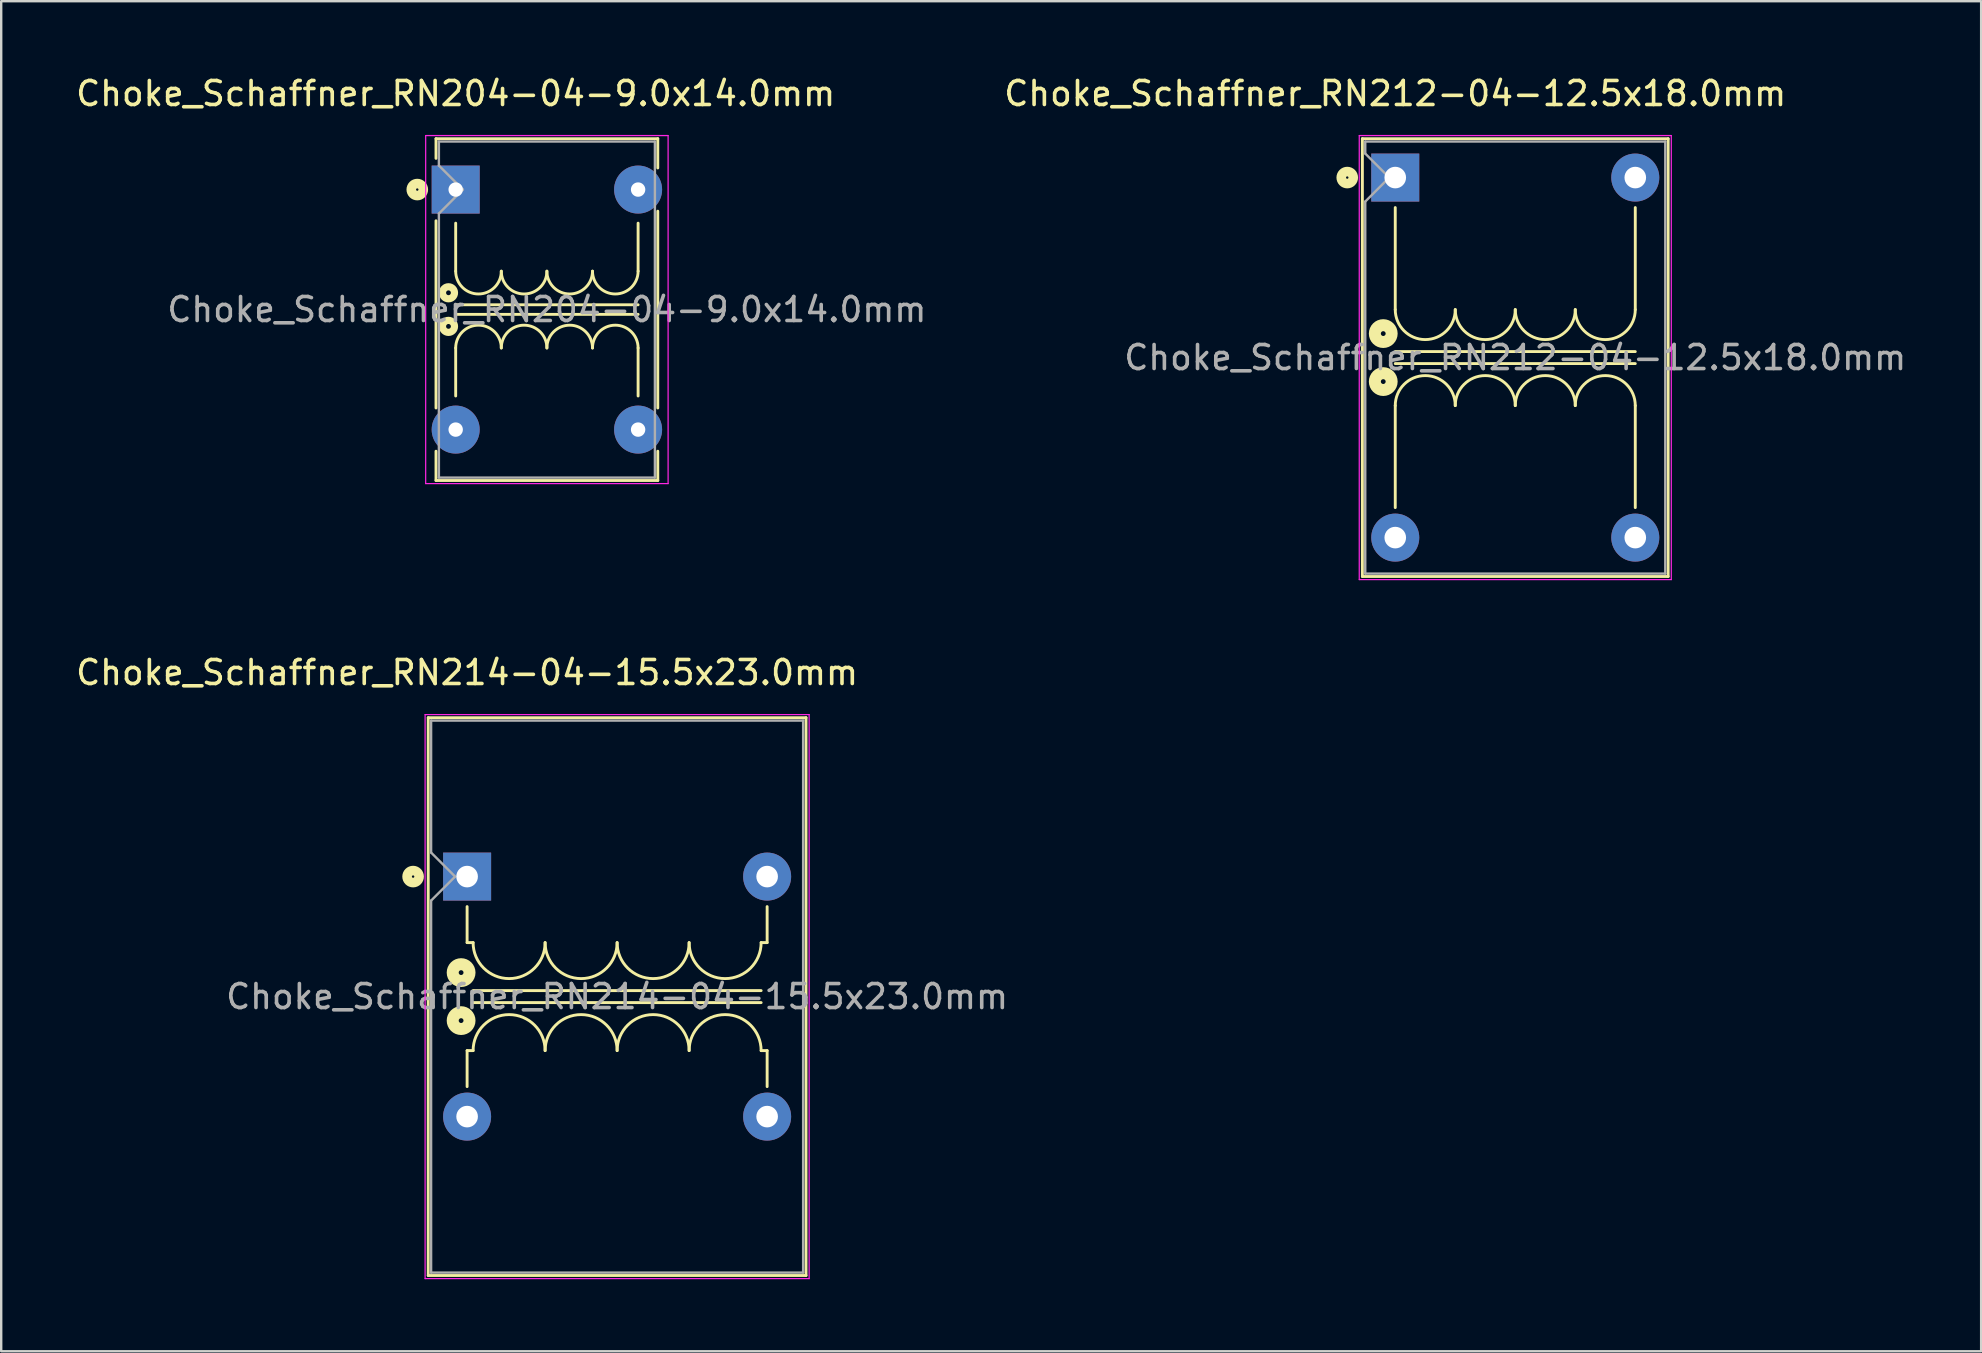
<source format=kicad_pcb>
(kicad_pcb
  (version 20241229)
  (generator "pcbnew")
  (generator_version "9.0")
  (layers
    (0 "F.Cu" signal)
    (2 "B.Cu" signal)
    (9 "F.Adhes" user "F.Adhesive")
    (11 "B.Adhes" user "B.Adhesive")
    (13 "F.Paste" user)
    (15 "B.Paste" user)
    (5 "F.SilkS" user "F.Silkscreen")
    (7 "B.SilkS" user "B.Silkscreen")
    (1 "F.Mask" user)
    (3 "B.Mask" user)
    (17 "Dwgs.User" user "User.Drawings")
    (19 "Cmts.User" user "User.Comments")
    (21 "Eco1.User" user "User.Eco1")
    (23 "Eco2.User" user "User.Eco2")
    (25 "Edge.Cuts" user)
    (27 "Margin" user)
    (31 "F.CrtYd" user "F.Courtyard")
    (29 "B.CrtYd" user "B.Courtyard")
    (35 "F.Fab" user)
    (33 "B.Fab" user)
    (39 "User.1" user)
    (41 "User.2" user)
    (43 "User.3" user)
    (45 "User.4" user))
  (footprint "Choke_Schaffner_RN204-04-9.0x14.0mm"
    (layer "F.Cu")
    (at 15.935 4.848)
    (property "Reference" "Choke_Schaffner_RN204-04-9.0x14.0mm" (at 0 -4 0) (layer "F.SilkS") (effects (font (size 1 1) (thickness 0.15))))
    (attr through_hole)
    (fp_line (start -0.82 -2.12) (end -0.82 -1.3) (stroke (width 0.12) (type solid)) (layer "F.SilkS"))
    (fp_line (start -0.82 -2.12) (end 8.42 -2.12) (stroke (width 0.12) (type solid)) (layer "F.SilkS"))
    (fp_line (start -0.82 1.3) (end -0.82 9.1) (stroke (width 0.12) (type solid)) (layer "F.SilkS"))
    (fp_line (start -0.82 10.9) (end -0.82 12.12) (stroke (width 0.12) (type solid)) (layer "F.SilkS"))
    (fp_line (start 0 1.4) (end 0 3.4) (stroke (width 0.12) (type solid)) (layer "F.SilkS"))
    (fp_line (start 0 5.2) (end 7.6 5.2) (stroke (width 0.12) (type solid)) (layer "F.SilkS"))
    (fp_line (start 0 6.6) (end 0 8.6) (stroke (width 0.12) (type solid)) (layer "F.SilkS"))
    (fp_line (start 7.6 3.4) (end 7.6 1.4) (stroke (width 0.12) (type solid)) (layer "F.SilkS"))
    (fp_line (start 7.6 4.8) (end 0 4.8) (stroke (width 0.12) (type solid)) (layer "F.SilkS"))
    (fp_line (start 7.6 8.6) (end 7.6 6.6) (stroke (width 0.12) (type solid)) (layer "F.SilkS"))
    (fp_line (start 8.42 -2.12) (end 8.42 -0.9) (stroke (width 0.12) (type solid)) (layer "F.SilkS"))
    (fp_line (start 8.42 0.9) (end 8.42 9.1) (stroke (width 0.12) (type solid)) (layer "F.SilkS"))
    (fp_line (start 8.42 10.9) (end 8.42 12.12) (stroke (width 0.12) (type solid)) (layer "F.SilkS"))
    (fp_line (start 8.42 12.12) (end -0.82 12.12) (stroke (width 0.12) (type solid)) (layer "F.SilkS"))
    (fp_arc (start 0 6.6) (mid 0.95 5.65) (end 1.9 6.6) (stroke (width 0.12) (type solid)) (layer "F.SilkS"))
    (fp_arc (start 1.9 3.4) (mid 0.95 4.35) (end 0 3.4) (stroke (width 0.12) (type solid)) (layer "F.SilkS"))
    (fp_arc (start 1.9 6.6) (mid 2.85 5.65) (end 3.8 6.6) (stroke (width 0.12) (type solid)) (layer "F.SilkS"))
    (fp_arc (start 3.8 3.4) (mid 2.85 4.35) (end 1.9 3.4) (stroke (width 0.12) (type solid)) (layer "F.SilkS"))
    (fp_arc (start 3.8 6.6) (mid 4.75 5.65) (end 5.7 6.6) (stroke (width 0.12) (type solid)) (layer "F.SilkS"))
    (fp_arc (start 5.7 3.4) (mid 4.75 4.35) (end 3.8 3.4) (stroke (width 0.12) (type solid)) (layer "F.SilkS"))
    (fp_arc (start 5.7 6.6) (mid 6.65 5.65) (end 7.6 6.6) (stroke (width 0.12) (type solid)) (layer "F.SilkS"))
    (fp_arc (start 7.6 3.4) (mid 6.65 4.35) (end 5.7 3.4) (stroke (width 0.12) (type solid)) (layer "F.SilkS"))
    (fp_circle (center -1.6 0) (end -1.55 0) (stroke (width 0.4) (type solid)) (fill no) (layer "F.SilkS"))
    (fp_circle (center -0.3 4.3) (end -0.2 4.3) (stroke (width 0.3) (type solid)) (fill no) (layer "F.SilkS"))
    (fp_circle (center -0.3 5.7) (end -0.4 5.7) (stroke (width 0.3) (type solid)) (fill no) (layer "F.SilkS"))
    (fp_line (start -1.25 -2.25) (end -1.25 12.25) (stroke (width 0.05) (type solid)) (layer "F.CrtYd"))
    (fp_line (start -1.25 12.25) (end 8.85 12.25) (stroke (width 0.05) (type solid)) (layer "F.CrtYd"))
    (fp_line (start 8.85 -2.25) (end -1.25 -2.25) (stroke (width 0.05) (type solid)) (layer "F.CrtYd"))
    (fp_line (start 8.85 12.25) (end 8.85 -2.25) (stroke (width 0.05) (type solid)) (layer "F.CrtYd"))
    (fp_line (start -0.7 -2) (end 8.3 -2) (stroke (width 0.1) (type solid)) (layer "F.Fab"))
    (fp_line (start -0.7 -1) (end -0.7 -2) (stroke (width 0.1) (type solid)) (layer "F.Fab"))
    (fp_line (start -0.7 1) (end 0.3 0) (stroke (width 0.1) (type solid)) (layer "F.Fab"))
    (fp_line (start -0.7 12) (end -0.7 1) (stroke (width 0.1) (type solid)) (layer "F.Fab"))
    (fp_line (start 0.3 0) (end -0.7 -1) (stroke (width 0.1) (type solid)) (layer "F.Fab"))
    (fp_line (start 8.3 -2) (end 8.3 12) (stroke (width 0.1) (type solid)) (layer "F.Fab"))
    (fp_line (start 8.3 12) (end -0.7 12) (stroke (width 0.1) (type solid)) (layer "F.Fab"))
    (fp_text user "${REFERENCE}" (at 3.8 5 0) (layer "F.Fab") (effects (font (size 1 1) (thickness 0.15))))
    (pad "1" thru_hole rect (at 0 0) (size 2 2) (drill 0.6) (layers "*.Cu" "*.Mask"))
    (pad "2" thru_hole circle (at 7.6 0) (size 2 2) (drill 0.6) (layers "*.Cu" "*.Mask"))
    (pad "3" thru_hole circle (at 0 10) (size 2 2) (drill 0.6) (layers "*.Cu" "*.Mask"))
    (pad "4" thru_hole circle (at 7.6 10) (size 2 2) (drill 0.6) (layers "*.Cu" "*.Mask")))
  (footprint "Choke_Schaffner_RN212-04-12.5x18.0mm"
    (layer "F.Cu")
    (at 55.08 4.348)
    (property "Reference" "Choke_Schaffner_RN212-04-12.5x18.0mm" (at 0 -3.5 0) (layer "F.SilkS") (effects (font (size 1 1) (thickness 0.15))))
    (attr through_hole)
    (fp_line (start -1.37 -1.62) (end 11.37 -1.62) (stroke (width 0.12) (type solid)) (layer "F.SilkS"))
    (fp_line (start -1.37 16.62) (end -1.37 -1.62) (stroke (width 0.12) (type solid)) (layer "F.SilkS"))
    (fp_line (start 0 5.5) (end 0 1.25) (stroke (width 0.12) (type solid)) (layer "F.SilkS"))
    (fp_line (start 0 7.75) (end 10 7.75) (stroke (width 0.12) (type solid)) (layer "F.SilkS"))
    (fp_line (start 0 9.5) (end 0 13.75) (stroke (width 0.12) (type solid)) (layer "F.SilkS"))
    (fp_line (start 10 5.5) (end 10 1.25) (stroke (width 0.12) (type solid)) (layer "F.SilkS"))
    (fp_line (start 10 7.25) (end 0 7.25) (stroke (width 0.12) (type solid)) (layer "F.SilkS"))
    (fp_line (start 10 9.5) (end 10 13.75) (stroke (width 0.12) (type solid)) (layer "F.SilkS"))
    (fp_line (start 11.37 -1.62) (end 11.37 16.62) (stroke (width 0.12) (type solid)) (layer "F.SilkS"))
    (fp_line (start 11.37 16.62) (end -1.37 16.62) (stroke (width 0.12) (type solid)) (layer "F.SilkS"))
    (fp_arc (start 0 9.5) (mid 1.25 8.25) (end 2.5 9.5) (stroke (width 0.12) (type solid)) (layer "F.SilkS"))
    (fp_arc (start 2.5 5.5) (mid 1.25 6.75) (end 0 5.5) (stroke (width 0.12) (type solid)) (layer "F.SilkS"))
    (fp_arc (start 2.5 9.5) (mid 3.75 8.25) (end 5 9.5) (stroke (width 0.12) (type solid)) (layer "F.SilkS"))
    (fp_arc (start 5 5.5) (mid 3.75 6.75) (end 2.5 5.5) (stroke (width 0.12) (type solid)) (layer "F.SilkS"))
    (fp_arc (start 5 9.5) (mid 6.25 8.25) (end 7.5 9.5) (stroke (width 0.12) (type solid)) (layer "F.SilkS"))
    (fp_arc (start 7.5 5.5) (mid 6.25 6.75) (end 5 5.5) (stroke (width 0.12) (type solid)) (layer "F.SilkS"))
    (fp_arc (start 7.5 9.5) (mid 8.75 8.25) (end 10 9.5) (stroke (width 0.12) (type solid)) (layer "F.SilkS"))
    (fp_arc (start 10 5.5) (mid 8.75 6.75) (end 7.5 5.5) (stroke (width 0.12) (type solid)) (layer "F.SilkS"))
    (fp_circle (center -2 0) (end -1.95 0) (stroke (width 0.4) (type solid)) (fill no) (layer "F.SilkS"))
    (fp_circle (center -0.5 6.5) (end -0.4 6.5) (stroke (width 0.5) (type solid)) (fill no) (layer "F.SilkS"))
    (fp_circle (center -0.5 8.5) (end -0.4 8.5) (stroke (width 0.5) (type solid)) (fill no) (layer "F.SilkS"))
    (fp_line (start -1.5 -1.75) (end -1.5 16.75) (stroke (width 0.05) (type solid)) (layer "F.CrtYd"))
    (fp_line (start -1.5 16.75) (end 11.5 16.75) (stroke (width 0.05) (type solid)) (layer "F.CrtYd"))
    (fp_line (start 11.5 -1.75) (end -1.5 -1.75) (stroke (width 0.05) (type solid)) (layer "F.CrtYd"))
    (fp_line (start 11.5 16.75) (end 11.5 -1.75) (stroke (width 0.05) (type solid)) (layer "F.CrtYd"))
    (fp_line (start -1.25 -1.5) (end 11.25 -1.5) (stroke (width 0.1) (type solid)) (layer "F.Fab"))
    (fp_line (start -1.25 -1) (end -1.25 -1.5) (stroke (width 0.1) (type solid)) (layer "F.Fab"))
    (fp_line (start -1.25 1) (end -0.25 0) (stroke (width 0.1) (type solid)) (layer "F.Fab"))
    (fp_line (start -1.25 16.5) (end -1.25 1) (stroke (width 0.1) (type solid)) (layer "F.Fab"))
    (fp_line (start -0.25 0) (end -1.25 -1) (stroke (width 0.1) (type solid)) (layer "F.Fab"))
    (fp_line (start 11.25 -1.5) (end 11.25 16.5) (stroke (width 0.1) (type solid)) (layer "F.Fab"))
    (fp_line (start 11.25 16.5) (end -1.25 16.5) (stroke (width 0.1) (type solid)) (layer "F.Fab"))
    (fp_text user "${REFERENCE}" (at 5 7.5 0) (layer "F.Fab") (effects (font (size 1 1) (thickness 0.15))))
    (pad "1" thru_hole rect (at 0 0) (size 2 2) (drill 0.9) (layers "*.Cu" "*.Mask"))
    (pad "2" thru_hole circle (at 10 0) (size 2 2) (drill 0.9) (layers "*.Cu" "*.Mask"))
    (pad "3" thru_hole circle (at 0 15) (size 2 2) (drill 0.9) (layers "*.Cu" "*.Mask"))
    (pad "4" thru_hole circle (at 10 15) (size 2 2) (drill 0.9) (layers "*.Cu" "*.Mask")))
  (footprint "Choke_Schaffner_RN214-04-15.5x23.0mm"
    (layer "F.Cu")
    (at 16.411 33.471)
    (property "Reference" "Choke_Schaffner_RN214-04-15.5x23.0mm" (at 0 -8.5 0) (layer "F.SilkS") (effects (font (size 1 1) (thickness 0.15))))
    (attr through_hole)
    (fp_line (start -1.62 -6.62) (end 14.12 -6.62) (stroke (width 0.12) (type solid)) (layer "F.SilkS"))
    (fp_line (start -1.62 16.62) (end -1.62 -6.62) (stroke (width 0.12) (type solid)) (layer "F.SilkS"))
    (fp_line (start 0 2.75) (end 0 1.25) (stroke (width 0.12) (type solid)) (layer "F.SilkS"))
    (fp_line (start 0 7.25) (end 0 8.75) (stroke (width 0.12) (type solid)) (layer "F.SilkS"))
    (fp_line (start 0.25 2.75) (end 0 2.75) (stroke (width 0.12) (type solid)) (layer "F.SilkS"))
    (fp_line (start 0.25 5.25) (end 12.25 5.25) (stroke (width 0.12) (type solid)) (layer "F.SilkS"))
    (fp_line (start 0.25 7.25) (end 0 7.25) (stroke (width 0.12) (type solid)) (layer "F.SilkS"))
    (fp_line (start 12.25 2.75) (end 12.5 2.75) (stroke (width 0.12) (type solid)) (layer "F.SilkS"))
    (fp_line (start 12.25 4.75) (end 0.25 4.75) (stroke (width 0.12) (type solid)) (layer "F.SilkS"))
    (fp_line (start 12.25 7.25) (end 12.5 7.25) (stroke (width 0.12) (type solid)) (layer "F.SilkS"))
    (fp_line (start 12.5 2.75) (end 12.5 1.25) (stroke (width 0.12) (type solid)) (layer "F.SilkS"))
    (fp_line (start 12.5 7.25) (end 12.5 8.75) (stroke (width 0.12) (type solid)) (layer "F.SilkS"))
    (fp_line (start 14.12 -6.62) (end 14.12 16.62) (stroke (width 0.12) (type solid)) (layer "F.SilkS"))
    (fp_line (start 14.12 16.62) (end -1.62 16.62) (stroke (width 0.12) (type solid)) (layer "F.SilkS"))
    (fp_arc (start 0.25 7.25) (mid 1.75 5.75) (end 3.25 7.25) (stroke (width 0.12) (type solid)) (layer "F.SilkS"))
    (fp_arc (start 3.25 2.75) (mid 1.75 4.25) (end 0.25 2.75) (stroke (width 0.12) (type solid)) (layer "F.SilkS"))
    (fp_arc (start 3.25 7.25) (mid 4.75 5.75) (end 6.25 7.25) (stroke (width 0.12) (type solid)) (layer "F.SilkS"))
    (fp_arc (start 6.25 2.75) (mid 4.75 4.25) (end 3.25 2.75) (stroke (width 0.12) (type solid)) (layer "F.SilkS"))
    (fp_arc (start 6.25 7.25) (mid 7.75 5.75) (end 9.25 7.25) (stroke (width 0.12) (type solid)) (layer "F.SilkS"))
    (fp_arc (start 9.25 2.75) (mid 7.75 4.25) (end 6.25 2.75) (stroke (width 0.12) (type solid)) (layer "F.SilkS"))
    (fp_arc (start 9.25 7.25) (mid 10.75 5.75) (end 12.25 7.25) (stroke (width 0.12) (type solid)) (layer "F.SilkS"))
    (fp_arc (start 12.25 2.75) (mid 10.75 4.25) (end 9.25 2.75) (stroke (width 0.12) (type solid)) (layer "F.SilkS"))
    (fp_circle (center -2.25 0) (end -2.2 0) (stroke (width 0.4) (type solid)) (fill no) (layer "F.SilkS"))
    (fp_circle (center -0.25 4) (end -0.15 4) (stroke (width 0.5) (type solid)) (fill no) (layer "F.SilkS"))
    (fp_circle (center -0.25 6) (end -0.15 6) (stroke (width 0.5) (type solid)) (fill no) (layer "F.SilkS"))
    (fp_line (start -1.75 -6.75) (end -1.75 16.75) (stroke (width 0.05) (type solid)) (layer "F.CrtYd"))
    (fp_line (start -1.75 16.75) (end 14.25 16.75) (stroke (width 0.05) (type solid)) (layer "F.CrtYd"))
    (fp_line (start 14.25 -6.75) (end -1.75 -6.75) (stroke (width 0.05) (type solid)) (layer "F.CrtYd"))
    (fp_line (start 14.25 16.75) (end 14.25 -6.75) (stroke (width 0.05) (type solid)) (layer "F.CrtYd"))
    (fp_line (start -1.5 -6.5) (end 14 -6.5) (stroke (width 0.1) (type solid)) (layer "F.Fab"))
    (fp_line (start -1.5 -1) (end -1.5 -6.5) (stroke (width 0.1) (type solid)) (layer "F.Fab"))
    (fp_line (start -1.5 1) (end -0.5 0) (stroke (width 0.1) (type solid)) (layer "F.Fab"))
    (fp_line (start -1.5 16.5) (end -1.5 1) (stroke (width 0.1) (type solid)) (layer "F.Fab"))
    (fp_line (start -0.5 0) (end -1.5 -1) (stroke (width 0.1) (type solid)) (layer "F.Fab"))
    (fp_line (start 14 -6.5) (end 14 16.5) (stroke (width 0.1) (type solid)) (layer "F.Fab"))
    (fp_line (start 14 16.5) (end -1.5 16.5) (stroke (width 0.1) (type solid)) (layer "F.Fab"))
    (fp_text user "${REFERENCE}" (at 6.25 5 0) (layer "F.Fab") (effects (font (size 1 1) (thickness 0.15))))
    (pad "1" thru_hole rect (at 0 0) (size 2 2) (drill 0.9) (layers "*.Cu" "*.Mask"))
    (pad "2" thru_hole circle (at 12.5 0) (size 2 2) (drill 0.9) (layers "*.Cu" "*.Mask"))
    (pad "3" thru_hole circle (at 0 10) (size 2 2) (drill 0.9) (layers "*.Cu" "*.Mask"))
    (pad "4" thru_hole circle (at 12.5 10) (size 2 2) (drill 0.9) (layers "*.Cu" "*.Mask")))
  (gr_rect
    (start -3 -3)
    (end 79.49 53.246)
    (stroke (width 0.1) (type default))
    (fill no)
    (layer "Edge.Cuts")))
</source>
